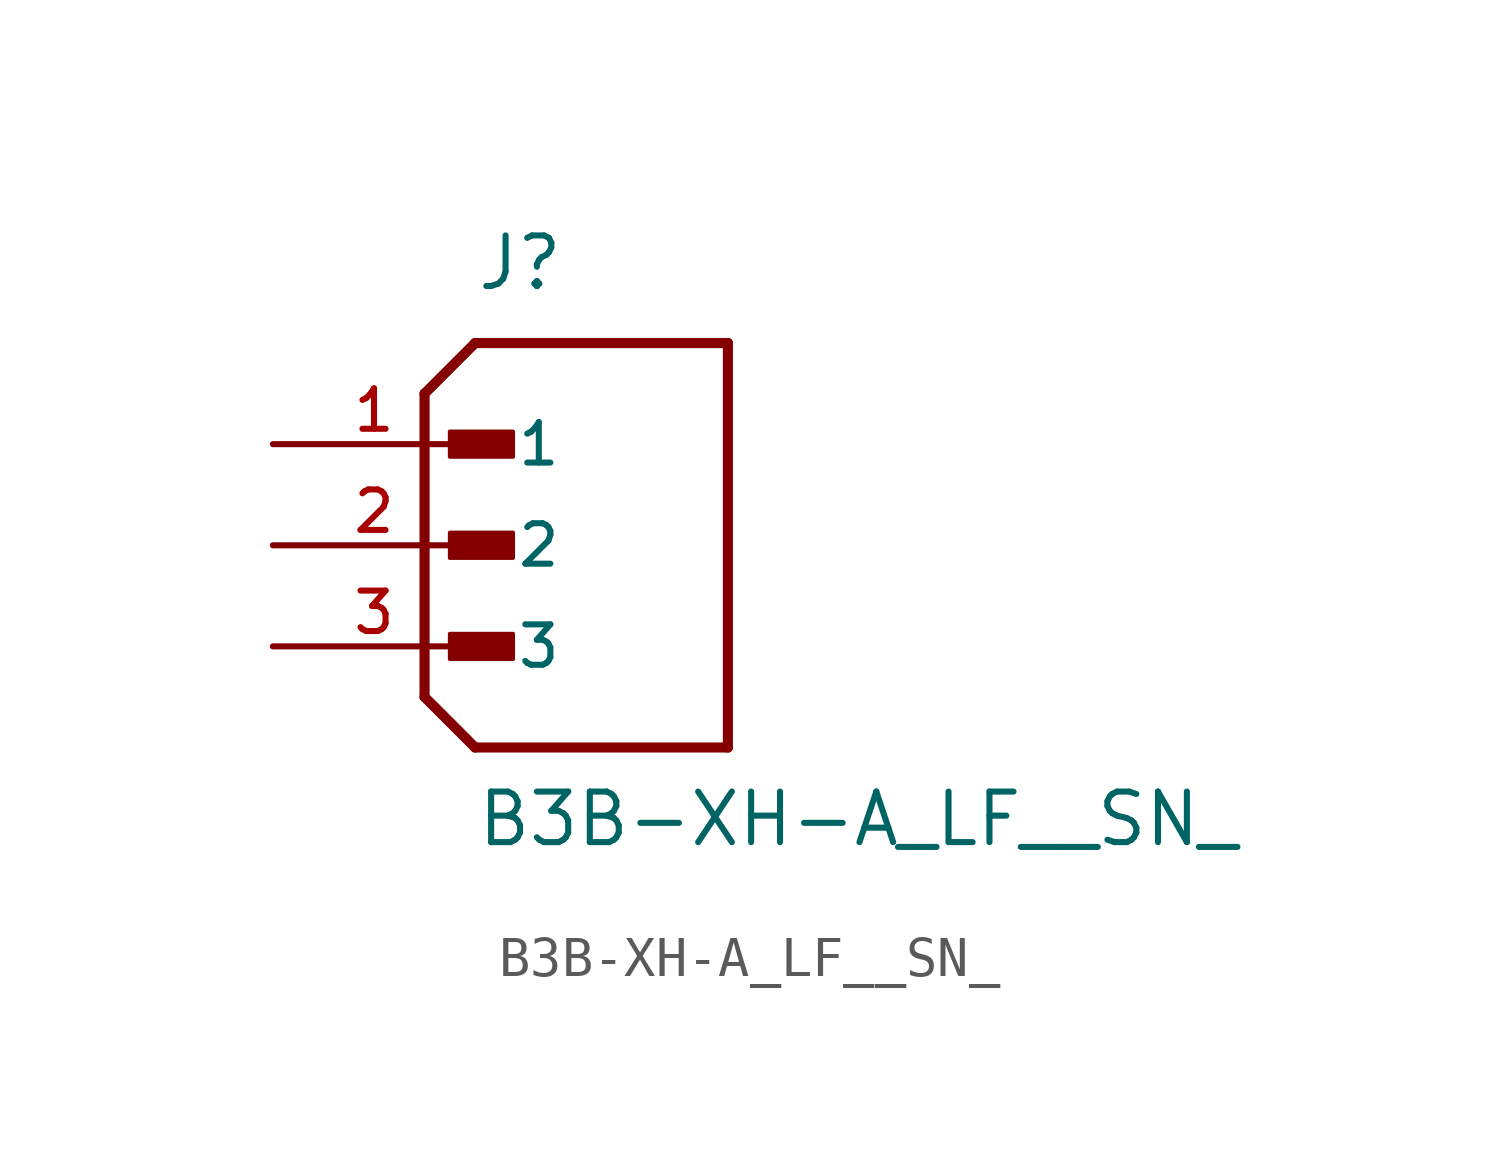
<source format=kicad_sym>
(kicad_symbol_lib
  (version 20211014)
  (generator kicad_symbol_editor)
  (symbol "B3B-XH-A_LF__SN_"
    (pin_names
      (offset 1.016))
    (property "Reference" "J"
      (at -2.54 6.35 0)
      (effects (font (size 1.27 1.27)) (justify bottom left)))
    (property "Value" "B3B-XH-A_LF__SN_"
      (at -2.54 -7.62 0)
      (effects (font (size 1.27 1.27)) (justify bottom left)))
    (symbol "B3B-XH-A_LF__SN__0_0"
      (polyline (pts (xy -3.81 3.81) (xy -2.54 5.08)) (stroke (width 0.254)))
      (polyline (pts (xy -3.81 3.81) (xy -3.81 -3.81)) (stroke (width 0.254)))
      (polyline (pts (xy -3.81 -3.81) (xy -2.54 -5.08)) (stroke (width 0.254)))
      (polyline (pts (xy -2.54 -5.08) (xy 3.81 -5.08)) (stroke (width 0.254)))
      (polyline (pts (xy 3.81 -5.08) (xy 3.81 5.08)) (stroke (width 0.254)))
      (polyline (pts (xy 3.81 5.08) (xy -2.54 5.08)) (stroke (width 0.254)))
      (rectangle (start -3.175 2.223) (end -1.587 2.857) (stroke (width 0.1)) (fill (type outline)))
      (rectangle (start -3.175 -0.318) (end -1.587 0.318) (stroke (width 0.1)) (fill (type outline)))
      (rectangle (start -3.175 -2.857) (end -1.587 -2.223) (stroke (width 0.1)) (fill (type outline)))
      (pin passive line (at -7.62 2.54 0) (length 5.08) (name "1" (effects (font (size 1.016 1.016)))) (number "1" (effects (font (size 1.016 1.016)))))
      (pin passive line (at -7.62 0.0 0) (length 5.08) (name "2" (effects (font (size 1.016 1.016)))) (number "2" (effects (font (size 1.016 1.016)))))
      (pin passive line (at -7.62 -2.54 0) (length 5.08) (name "3" (effects (font (size 1.016 1.016)))) (number "3" (effects (font (size 1.016 1.016))))))))
</source>
